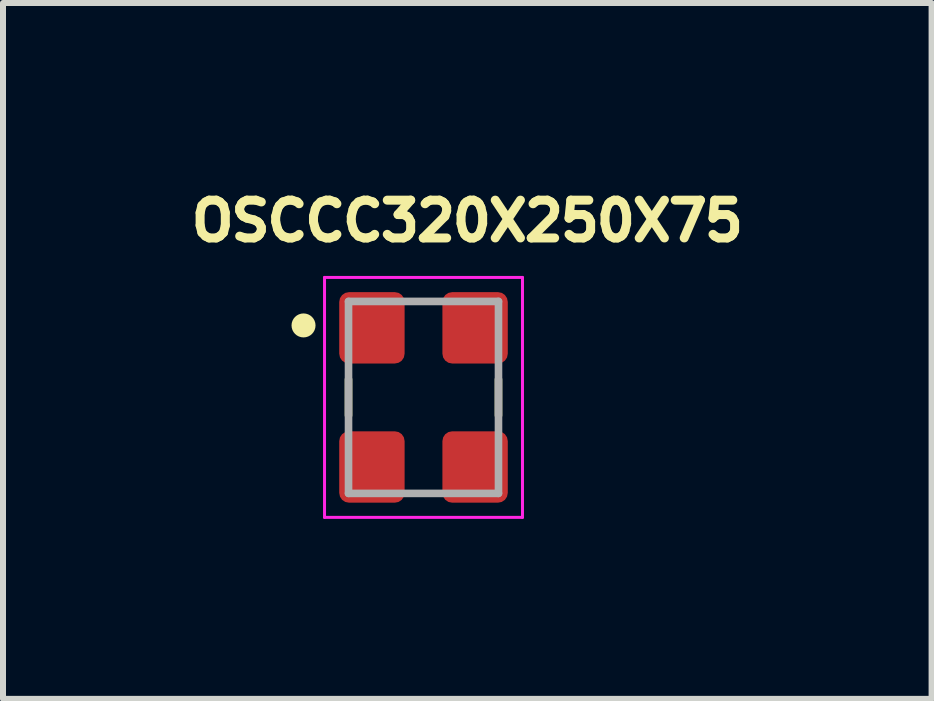
<source format=kicad_pcb>
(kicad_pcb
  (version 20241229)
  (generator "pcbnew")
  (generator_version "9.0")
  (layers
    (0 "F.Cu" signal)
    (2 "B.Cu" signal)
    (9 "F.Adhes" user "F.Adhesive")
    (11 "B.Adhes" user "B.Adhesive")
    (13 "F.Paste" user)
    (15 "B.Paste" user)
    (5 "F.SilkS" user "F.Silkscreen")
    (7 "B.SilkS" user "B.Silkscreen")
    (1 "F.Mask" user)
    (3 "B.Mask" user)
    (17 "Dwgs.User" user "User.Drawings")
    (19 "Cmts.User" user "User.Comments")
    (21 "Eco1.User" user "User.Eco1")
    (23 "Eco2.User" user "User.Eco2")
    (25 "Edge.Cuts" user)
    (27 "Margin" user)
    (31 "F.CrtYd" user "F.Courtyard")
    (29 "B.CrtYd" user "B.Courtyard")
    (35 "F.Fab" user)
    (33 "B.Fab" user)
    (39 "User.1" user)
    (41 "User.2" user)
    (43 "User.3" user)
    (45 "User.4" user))
  (footprint "OSCCC320X250X75"
    (layer "F.Cu")
    (at 4.01 3.575)
    (property "Reference" "OSCCC320X250X75" (at 0.731 -2.942 0) (layer "F.SilkS") (effects (font (size 0.63 0.63) (thickness 0.15))))
    (attr smd)
    (fp_line (start -1.25 -0.3) (end -1.25 0.3) (stroke (width 0.127) (type solid)) (layer "F.SilkS"))
    (fp_line (start 1.25 -0.3) (end 1.25 0.3) (stroke (width 0.127) (type solid)) (layer "F.SilkS"))
    (fp_circle (center -2 -1.2) (end -1.9 -1.2) (stroke (width 0.2) (type solid)) (fill no) (layer "F.SilkS"))
    (fp_line (start -1.65 -2) (end 1.65 -2) (stroke (width 0.05) (type solid)) (layer "F.CrtYd"))
    (fp_line (start -1.65 2) (end -1.65 -2) (stroke (width 0.05) (type solid)) (layer "F.CrtYd"))
    (fp_line (start 1.65 -2) (end 1.65 2) (stroke (width 0.05) (type solid)) (layer "F.CrtYd"))
    (fp_line (start 1.65 2) (end -1.65 2) (stroke (width 0.05) (type solid)) (layer "F.CrtYd"))
    (fp_line (start -1.25 -1.6) (end 1.25 -1.6) (stroke (width 0.127) (type solid)) (layer "F.Fab"))
    (fp_line (start -1.25 1.6) (end -1.25 -1.6) (stroke (width 0.127) (type solid)) (layer "F.Fab"))
    (fp_line (start 1.25 -1.6) (end 1.25 1.6) (stroke (width 0.127) (type solid)) (layer "F.Fab"))
    (fp_line (start 1.25 1.6) (end -1.25 1.6) (stroke (width 0.127) (type solid)) (layer "F.Fab"))
    (pad "1" smd roundrect (at -0.86 -1.16) (size 1.09 1.19) (layers "F.Cu" "F.Mask" "F.Paste") (roundrect_rratio 0.15))
    (pad "2" smd roundrect (at -0.86 1.16) (size 1.09 1.19) (layers "F.Cu" "F.Mask" "F.Paste") (roundrect_rratio 0.15))
    (pad "3" smd roundrect (at 0.86 1.16) (size 1.09 1.19) (layers "F.Cu" "F.Mask" "F.Paste") (roundrect_rratio 0.15))
    (pad "4" smd roundrect (at 0.86 -1.16) (size 1.09 1.19) (layers "F.Cu" "F.Mask" "F.Paste") (roundrect_rratio 0.15)))
  (gr_rect
    (start -3 -3)
    (end 12.48 8.6)
    (stroke (width 0.1) (type default))
    (fill no)
    (layer "Edge.Cuts")))
</source>
